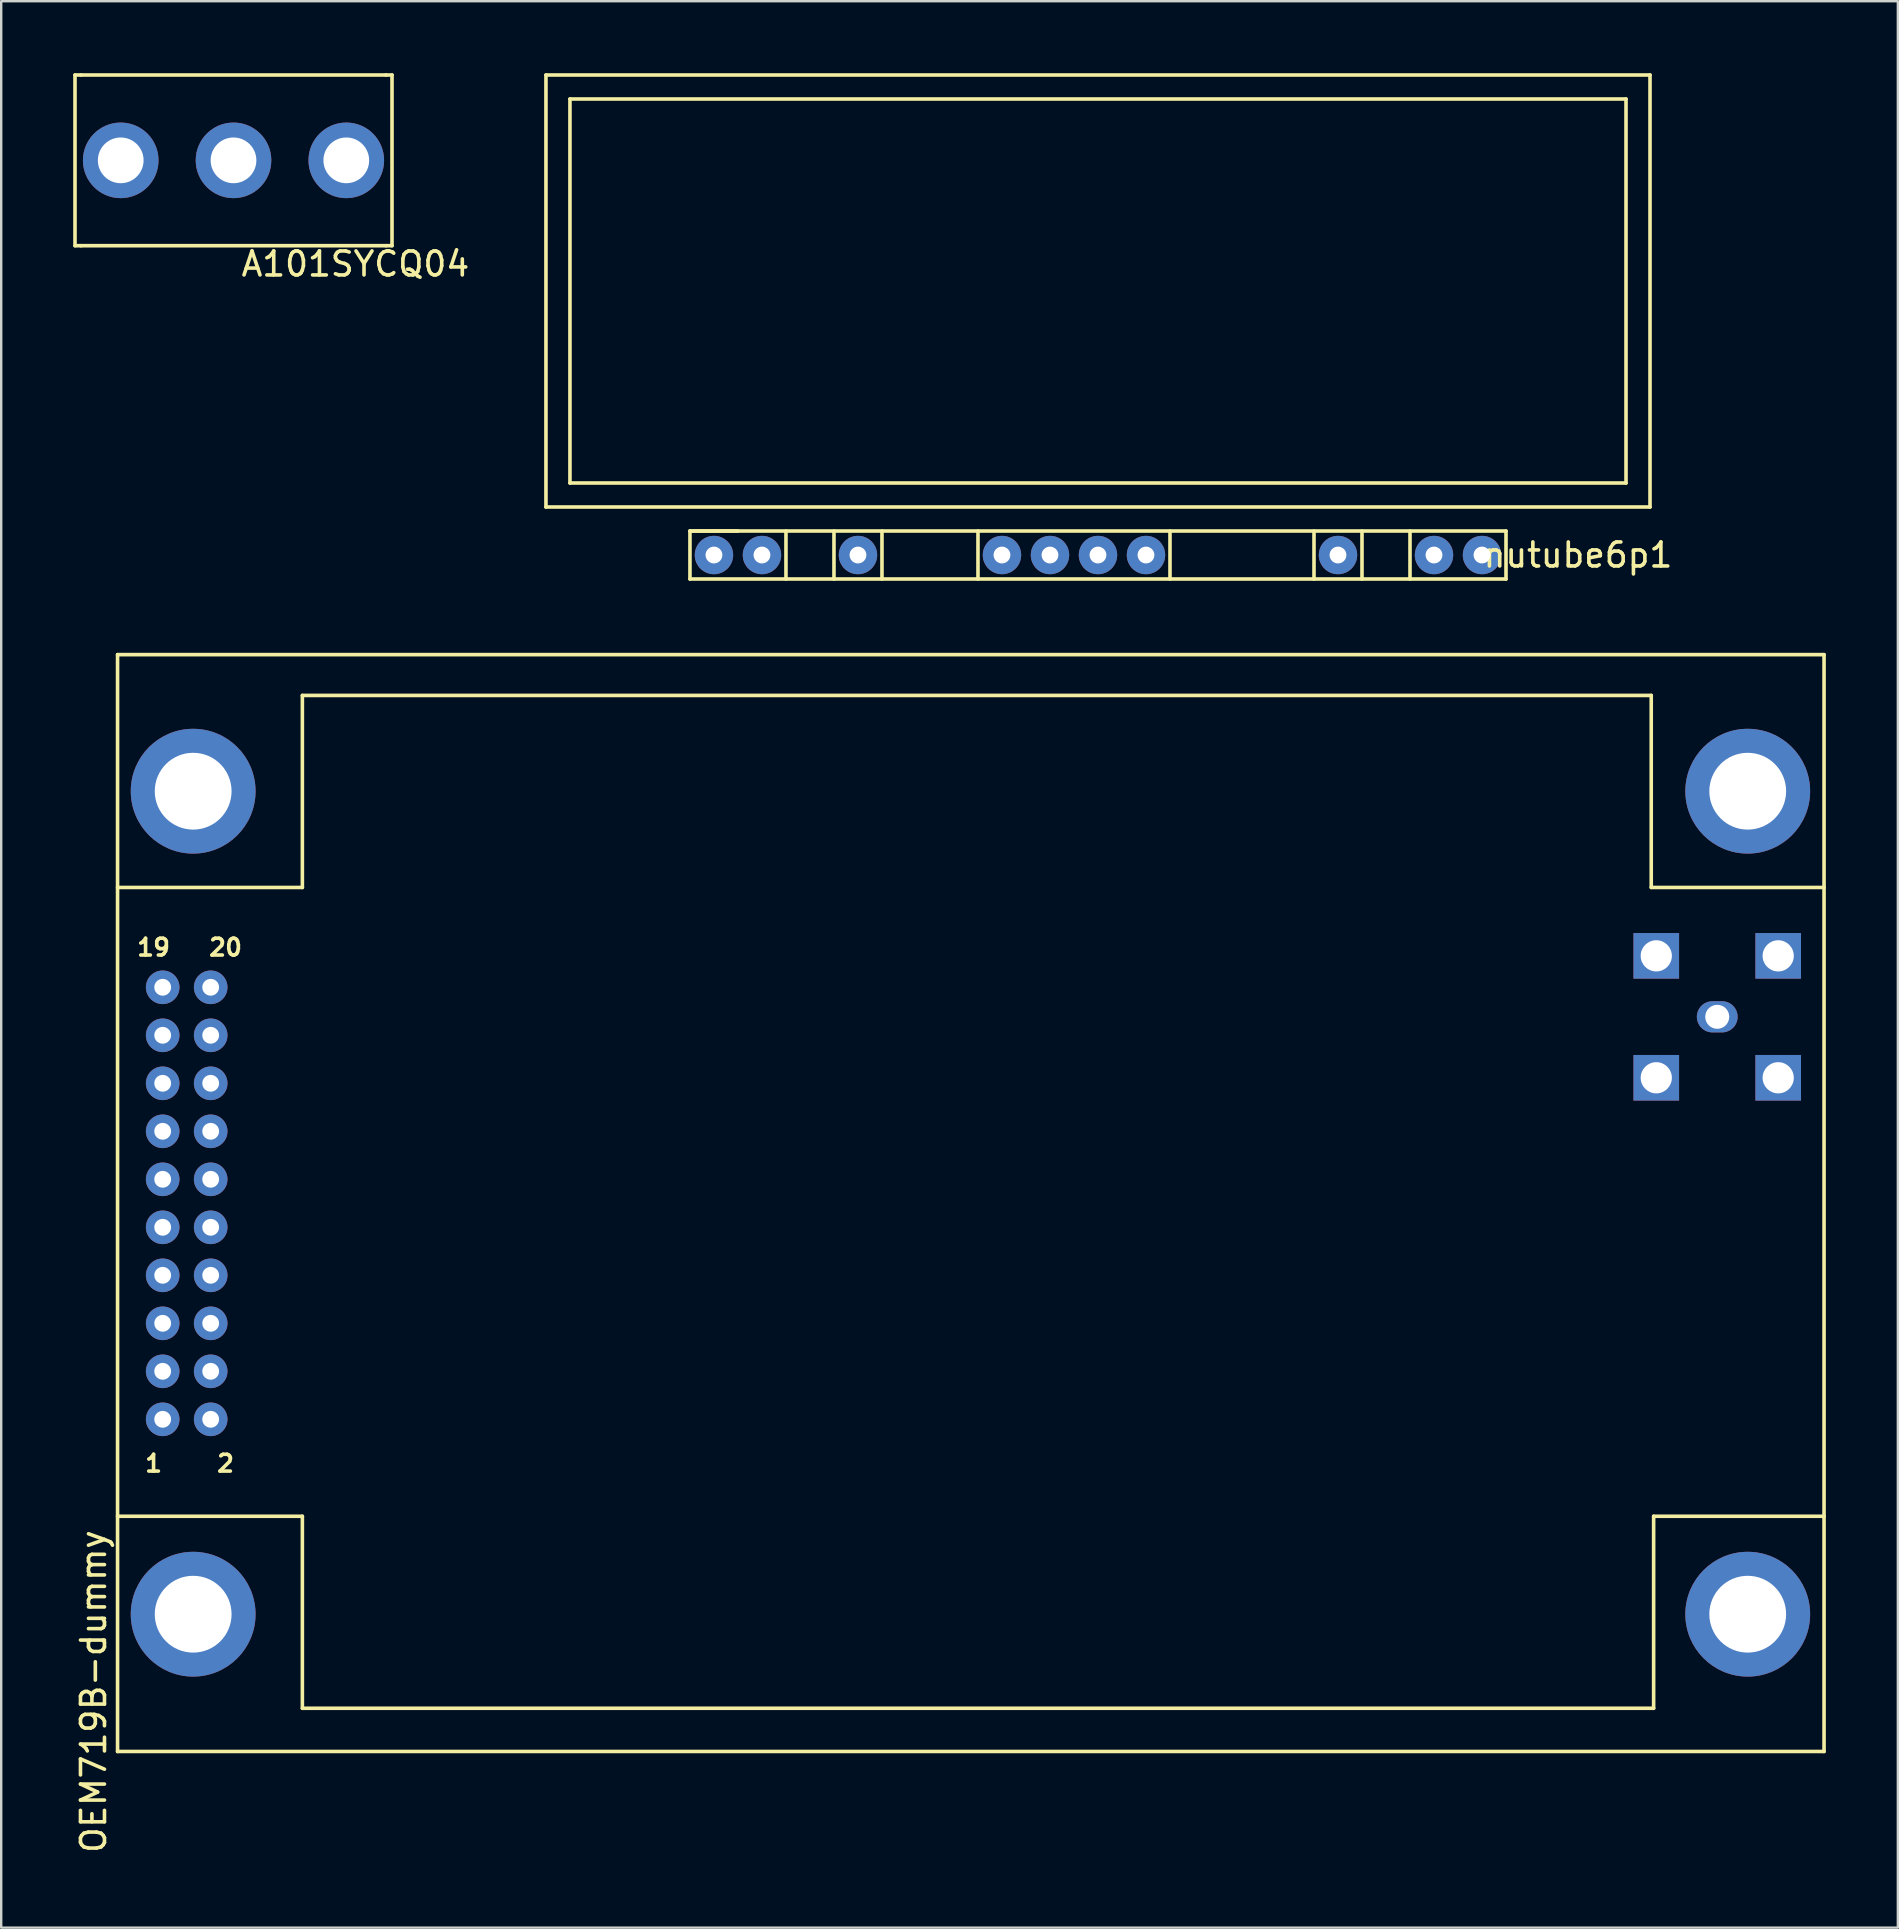
<source format=kicad_pcb>
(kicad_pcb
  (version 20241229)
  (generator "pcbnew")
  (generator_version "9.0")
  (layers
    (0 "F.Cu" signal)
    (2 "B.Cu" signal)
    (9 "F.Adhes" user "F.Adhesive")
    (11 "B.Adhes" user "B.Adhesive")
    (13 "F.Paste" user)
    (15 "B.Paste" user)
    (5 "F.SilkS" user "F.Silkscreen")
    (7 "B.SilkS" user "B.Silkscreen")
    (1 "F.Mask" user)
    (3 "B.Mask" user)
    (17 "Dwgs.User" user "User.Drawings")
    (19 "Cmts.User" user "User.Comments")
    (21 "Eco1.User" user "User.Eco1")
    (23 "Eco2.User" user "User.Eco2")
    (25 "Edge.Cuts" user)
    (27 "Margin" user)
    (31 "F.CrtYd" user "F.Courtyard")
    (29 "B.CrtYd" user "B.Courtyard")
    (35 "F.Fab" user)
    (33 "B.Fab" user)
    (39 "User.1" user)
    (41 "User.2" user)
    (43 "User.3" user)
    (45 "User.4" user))
  (footprint "nutube6p1"
    (layer "F.Cu")
    (at 42.697 9.075)
    (property "Reference" "nutube6p1" (at 20 11 0) (layer "F.SilkS") (effects (font (size 1 1) (thickness 0.15))))
    (attr through_hole)
    (fp_line (start -23 -9) (end 23 -9) (stroke (width 0.15) (type solid)) (layer "F.SilkS"))
    (fp_line (start -23 9) (end -23 -9) (stroke (width 0.15) (type solid)) (layer "F.SilkS"))
    (fp_line (start -22 -8) (end 22 -8) (stroke (width 0.15) (type solid)) (layer "F.SilkS"))
    (fp_line (start -22 8) (end -22 -8) (stroke (width 0.15) (type solid)) (layer "F.SilkS"))
    (fp_line (start -17 10) (end -15 10) (stroke (width 0.15) (type solid)) (layer "F.SilkS"))
    (fp_line (start -17 10) (end 17 10) (stroke (width 0.15) (type solid)) (layer "F.SilkS"))
    (fp_line (start -17 12) (end -17 10) (stroke (width 0.15) (type solid)) (layer "F.SilkS"))
    (fp_line (start -13 10) (end -13 12) (stroke (width 0.15) (type solid)) (layer "F.SilkS"))
    (fp_line (start -11 10) (end -11 12) (stroke (width 0.15) (type solid)) (layer "F.SilkS"))
    (fp_line (start -9 10) (end -9 12) (stroke (width 0.15) (type solid)) (layer "F.SilkS"))
    (fp_line (start -5 10) (end -5 12) (stroke (width 0.15) (type solid)) (layer "F.SilkS"))
    (fp_line (start 3 10) (end 3 12) (stroke (width 0.15) (type solid)) (layer "F.SilkS"))
    (fp_line (start 9 10) (end 9 12) (stroke (width 0.15) (type solid)) (layer "F.SilkS"))
    (fp_line (start 11 10) (end 11 12) (stroke (width 0.15) (type solid)) (layer "F.SilkS"))
    (fp_line (start 13 10) (end 13 12) (stroke (width 0.15) (type solid)) (layer "F.SilkS"))
    (fp_line (start 17 10) (end 17 12) (stroke (width 0.15) (type solid)) (layer "F.SilkS"))
    (fp_line (start 17 12) (end -17 12) (stroke (width 0.15) (type solid)) (layer "F.SilkS"))
    (fp_line (start 22 -8) (end 22 8) (stroke (width 0.15) (type solid)) (layer "F.SilkS"))
    (fp_line (start 22 8) (end -22 8) (stroke (width 0.15) (type solid)) (layer "F.SilkS"))
    (fp_line (start 23 -9) (end 23 9) (stroke (width 0.15) (type solid)) (layer "F.SilkS"))
    (fp_line (start 23 9) (end -23 9) (stroke (width 0.15) (type solid)) (layer "F.SilkS"))
    (pad "1" thru_hole circle (at -16 11) (size 1.6 1.6) (drill 0.7) (layers "*.Cu" "*.Mask"))
    (pad "2" thru_hole circle (at -14 11) (size 1.6 1.6) (drill 0.7) (layers "*.Cu" "*.Mask"))
    (pad "3" thru_hole circle (at -10 11) (size 1.6 1.6) (drill 0.7) (layers "*.Cu" "*.Mask"))
    (pad "4" thru_hole circle (at -4 11) (size 1.6 1.6) (drill 0.7) (layers "*.Cu" "*.Mask"))
    (pad "5" thru_hole circle (at -2 11) (size 1.6 1.6) (drill 0.7) (layers "*.Cu" "*.Mask"))
    (pad "6" thru_hole circle (at 0 11) (size 1.6 1.6) (drill 0.7) (layers "*.Cu" "*.Mask"))
    (pad "7" thru_hole circle (at 2 11) (size 1.6 1.6) (drill 0.7) (layers "*.Cu" "*.Mask"))
    (pad "8" thru_hole circle (at 10 11) (size 1.6 1.6) (drill 0.7) (layers "*.Cu" "*.Mask"))
    (pad "9" thru_hole circle (at 14 11) (size 1.6 1.6) (drill 0.7) (layers "*.Cu" "*.Mask"))
    (pad "10" thru_hole circle (at 16 11) (size 1.6 1.6) (drill 0.7) (layers "*.Cu" "*.Mask")))
  (footprint "OEM719B-dummy"
    (layer "F.Cu")
    (at 1.848 69.925)
    (property "Reference" "OEM719B-dummy" (at -1 -2.5 90) (layer "F.SilkS") (effects (font (size 1 1) (thickness 0.15))))
    (attr through_hole)
    (fp_line (start 0 -45.7) (end 0 0) (stroke (width 0.15) (type solid)) (layer "F.SilkS"))
    (fp_line (start 0 -36) (end 7.7 -36) (stroke (width 0.15) (type solid)) (layer "F.SilkS"))
    (fp_line (start 0 -9.8) (end 7.7 -9.8) (stroke (width 0.15) (type solid)) (layer "F.SilkS"))
    (fp_line (start 0 0) (end 71.1 0) (stroke (width 0.15) (type solid)) (layer "F.SilkS"))
    (fp_line (start 7.7 -44) (end 63.9 -44) (stroke (width 0.15) (type solid)) (layer "F.SilkS"))
    (fp_line (start 7.7 -36) (end 7.7 -44) (stroke (width 0.15) (type solid)) (layer "F.SilkS"))
    (fp_line (start 7.7 -9.8) (end 7.7 -1.8) (stroke (width 0.15) (type solid)) (layer "F.SilkS"))
    (fp_line (start 7.7 -1.8) (end 64 -1.8) (stroke (width 0.15) (type solid)) (layer "F.SilkS"))
    (fp_line (start 63.9 -44) (end 63.9 -36) (stroke (width 0.15) (type solid)) (layer "F.SilkS"))
    (fp_line (start 63.9 -36) (end 71.1 -36) (stroke (width 0.15) (type solid)) (layer "F.SilkS"))
    (fp_line (start 64 -9.8) (end 71.1 -9.8) (stroke (width 0.15) (type solid)) (layer "F.SilkS"))
    (fp_line (start 64 -1.8) (end 64 -9.8) (stroke (width 0.15) (type solid)) (layer "F.SilkS"))
    (fp_line (start 71.1 -45.7) (end 0 -45.7) (stroke (width 0.15) (type solid)) (layer "F.SilkS"))
    (fp_line (start 71.1 0) (end 71.1 -45.7) (stroke (width 0.15) (type solid)) (layer "F.SilkS"))
    (fp_text user "19" (at 1.5 -33.5 0) (layer "F.SilkS") (effects (font (size 0.7 0.7) (thickness 0.15))))
    (fp_text user "20" (at 4.5 -33.5 0) (layer "F.SilkS") (effects (font (size 0.7 0.7) (thickness 0.15))))
    (fp_text user "1" (at 1.5 -12 0) (layer "F.SilkS") (effects (font (size 0.7 0.7) (thickness 0.15))))
    (fp_text user "2" (at 4.5 -12 0) (layer "F.SilkS") (effects (font (size 0.7 0.7) (thickness 0.15))))
    (pad "1" thru_hole circle (at 1.88 -13.84) (size 1.4 1.4) (drill 0.7) (layers "*.Cu" "*.Mask"))
    (pad "2" thru_hole circle (at 3.88 -13.84) (size 1.4 1.4) (drill 0.7) (layers "*.Cu" "*.Mask"))
    (pad "3" thru_hole circle (at 1.88 -15.84) (size 1.4 1.4) (drill 0.7) (layers "*.Cu" "*.Mask"))
    (pad "4" thru_hole circle (at 3.88 -15.84) (size 1.4 1.4) (drill 0.7) (layers "*.Cu" "*.Mask"))
    (pad "5" thru_hole circle (at 1.88 -17.84) (size 1.4 1.4) (drill 0.7) (layers "*.Cu" "*.Mask"))
    (pad "6" thru_hole circle (at 3.88 -17.84) (size 1.4 1.4) (drill 0.7) (layers "*.Cu" "*.Mask"))
    (pad "7" thru_hole circle (at 1.88 -19.84) (size 1.4 1.4) (drill 0.7) (layers "*.Cu" "*.Mask"))
    (pad "8" thru_hole circle (at 3.88 -19.84) (size 1.4 1.4) (drill 0.7) (layers "*.Cu" "*.Mask"))
    (pad "9" thru_hole circle (at 1.88 -21.84) (size 1.4 1.4) (drill 0.7) (layers "*.Cu" "*.Mask"))
    (pad "10" thru_hole circle (at 3.88 -21.84) (size 1.4 1.4) (drill 0.7) (layers "*.Cu" "*.Mask"))
    (pad "11" thru_hole circle (at 1.88 -23.84) (size 1.4 1.4) (drill 0.7) (layers "*.Cu" "*.Mask"))
    (pad "12" thru_hole circle (at 3.88 -23.84) (size 1.4 1.4) (drill 0.7) (layers "*.Cu" "*.Mask"))
    (pad "13" thru_hole circle (at 1.88 -25.84) (size 1.4 1.4) (drill 0.7) (layers "*.Cu" "*.Mask"))
    (pad "14" thru_hole circle (at 3.88 -25.84) (size 1.4 1.4) (drill 0.7) (layers "*.Cu" "*.Mask"))
    (pad "15" thru_hole circle (at 1.88 -27.84) (size 1.4 1.4) (drill 0.7) (layers "*.Cu" "*.Mask"))
    (pad "16" thru_hole circle (at 3.88 -27.84) (size 1.4 1.4) (drill 0.7) (layers "*.Cu" "*.Mask"))
    (pad "17" thru_hole circle (at 1.88 -29.84) (size 1.4 1.4) (drill 0.7) (layers "*.Cu" "*.Mask"))
    (pad "18" thru_hole circle (at 3.88 -29.84) (size 1.4 1.4) (drill 0.7) (layers "*.Cu" "*.Mask"))
    (pad "19" thru_hole circle (at 1.88 -31.84) (size 1.4 1.4) (drill 0.7) (layers "*.Cu" "*.Mask"))
    (pad "20" thru_hole circle (at 3.88 -31.84) (size 1.4 1.4) (drill 0.7) (layers "*.Cu" "*.Mask"))
    (pad "21" thru_hole oval (at 66.65 -30.61 180) (size 1.7 1.3) (drill 1) (layers "*.Cu" "*.Mask"))
    (pad "22" thru_hole rect (at 69.19 -33.15 180) (size 1.9 1.9) (drill 1.3) (layers "*.Cu" "*.Mask"))
    (pad "23" thru_hole rect (at 64.11 -33.15 180) (size 1.9 1.9) (drill 1.3) (layers "*.Cu" "*.Mask"))
    (pad "24" thru_hole rect (at 64.11 -28.07 180) (size 1.9 1.9) (drill 1.3) (layers "*.Cu" "*.Mask"))
    (pad "25" thru_hole rect (at 69.19 -28.07 180) (size 1.9 1.9) (drill 1.3) (layers "*.Cu" "*.Mask"))
    (pad "26" thru_hole circle (at 3.15 -40.01) (size 5.2 5.2) (drill 3.2) (layers "*.Cu" "*.Mask"))
    (pad "26" thru_hole circle (at 3.15 -5.72) (size 5.2 5.2) (drill 3.2) (layers "*.Cu" "*.Mask"))
    (pad "26" thru_hole circle (at 67.92 -40.01) (size 5.2 5.2) (drill 3.2) (layers "*.Cu" "*.Mask"))
    (pad "26" thru_hole circle (at 67.92 -5.72) (size 5.2 5.2) (drill 3.2) (layers "*.Cu" "*.Mask")))
  (footprint "A101SYCQ04"
    (layer "F.Cu")
    (at 6.679 3.631)
    (property "Reference" "A101SYCQ04" (at 5.08 4.318 0) (layer "F.SilkS") (effects (font (size 1 1) (thickness 0.15))))
    (attr through_hole)
    (fp_line (start -6.604 -3.556) (end -6.604 3.556) (stroke (width 0.15) (type solid)) (layer "F.SilkS"))
    (fp_line (start -6.604 3.556) (end -6.35 3.556) (stroke (width 0.15) (type solid)) (layer "F.SilkS"))
    (fp_line (start -6.35 -3.556) (end -6.604 -3.556) (stroke (width 0.15) (type solid)) (layer "F.SilkS"))
    (fp_line (start -6.35 3.556) (end 6.35 3.556) (stroke (width 0.15) (type solid)) (layer "F.SilkS"))
    (fp_line (start 6.35 -3.556) (end -6.35 -3.556) (stroke (width 0.15) (type solid)) (layer "F.SilkS"))
    (fp_line (start 6.35 -3.556) (end 6.604 -3.556) (stroke (width 0.15) (type solid)) (layer "F.SilkS"))
    (fp_line (start 6.604 -3.556) (end 6.604 3.556) (stroke (width 0.15) (type solid)) (layer "F.SilkS"))
    (fp_line (start 6.604 3.556) (end 6.35 3.556) (stroke (width 0.15) (type solid)) (layer "F.SilkS"))
    (pad "1" thru_hole circle (at -4.699 0) (size 3.15 3.15) (drill 1.905) (layers "*.Cu" "*.Mask"))
    (pad "2" thru_hole circle (at 0 0) (size 3.15 3.15) (drill 1.905) (layers "*.Cu" "*.Mask"))
    (pad "3" thru_hole circle (at 4.699 0) (size 3.15 3.15) (drill 1.905) (layers "*.Cu" "*.Mask")))
  (gr_rect
    (start -3 -3)
    (end 76.023 77.264)
    (stroke (width 0.1) (type default))
    (fill no)
    (layer "Edge.Cuts")))
</source>
